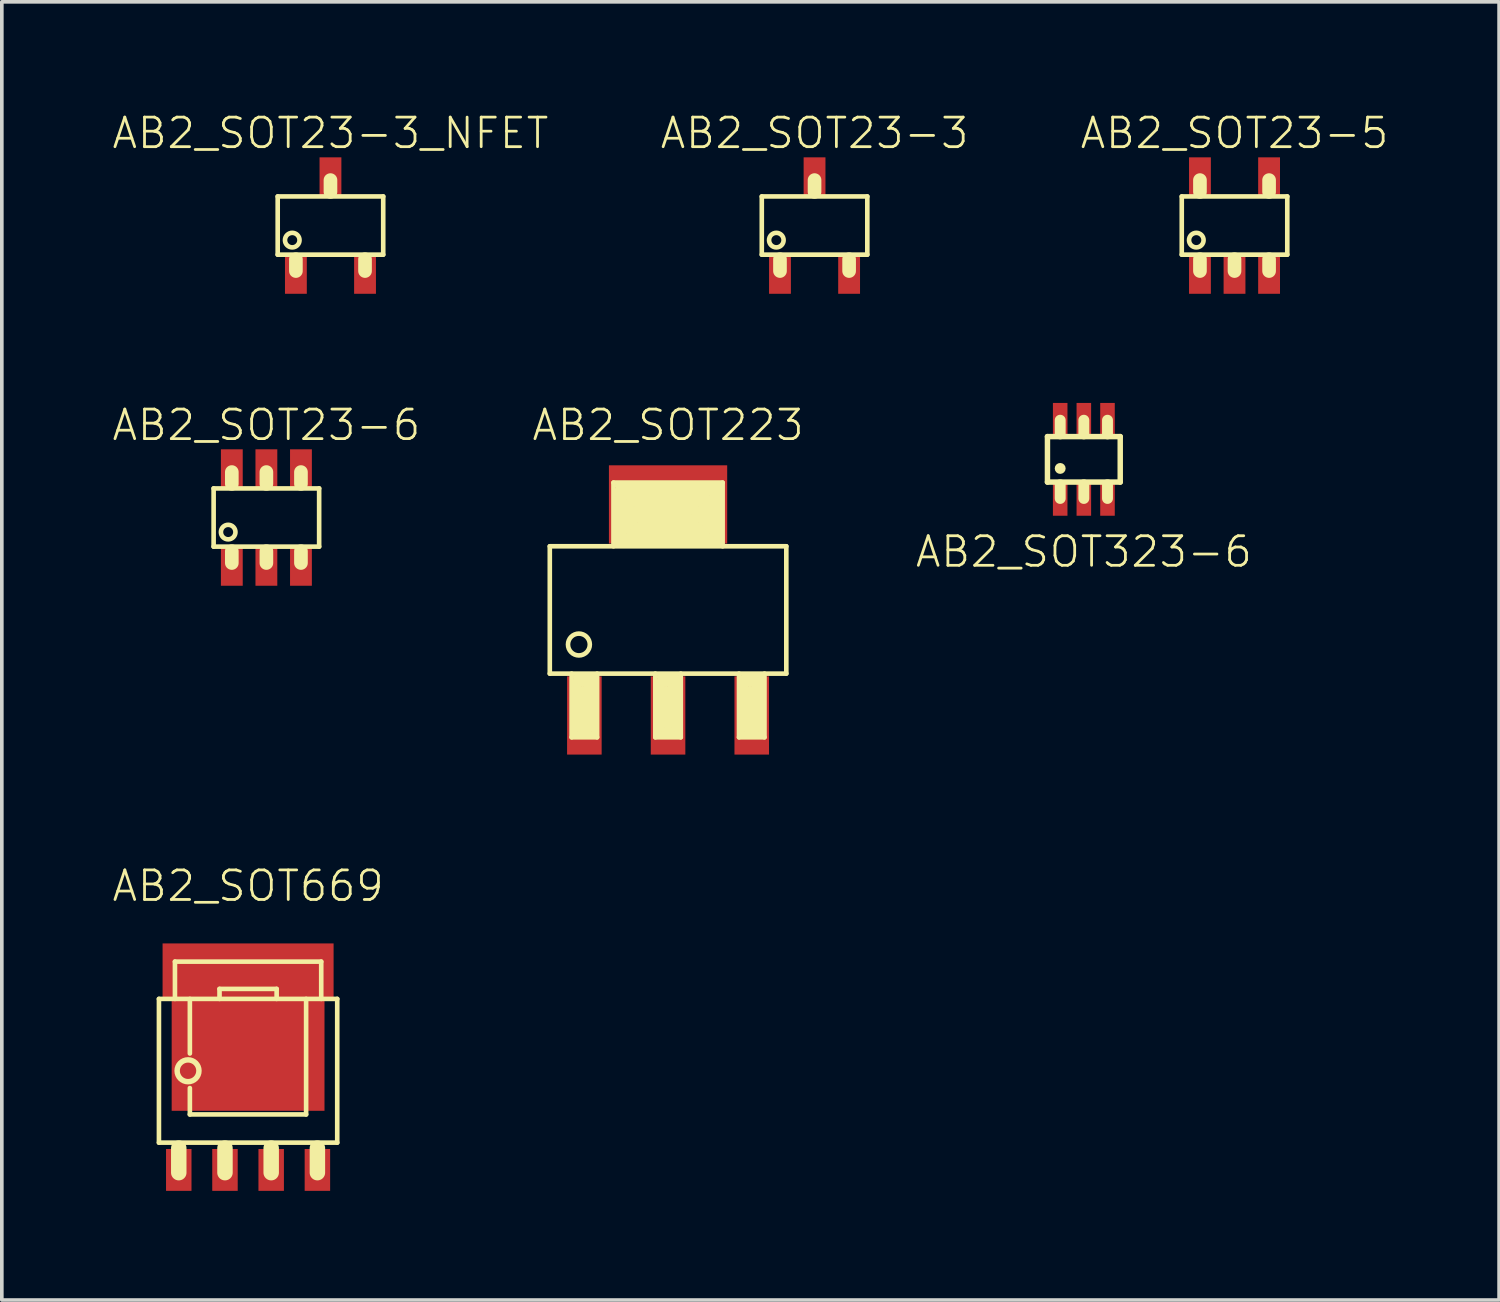
<source format=kicad_pcb>
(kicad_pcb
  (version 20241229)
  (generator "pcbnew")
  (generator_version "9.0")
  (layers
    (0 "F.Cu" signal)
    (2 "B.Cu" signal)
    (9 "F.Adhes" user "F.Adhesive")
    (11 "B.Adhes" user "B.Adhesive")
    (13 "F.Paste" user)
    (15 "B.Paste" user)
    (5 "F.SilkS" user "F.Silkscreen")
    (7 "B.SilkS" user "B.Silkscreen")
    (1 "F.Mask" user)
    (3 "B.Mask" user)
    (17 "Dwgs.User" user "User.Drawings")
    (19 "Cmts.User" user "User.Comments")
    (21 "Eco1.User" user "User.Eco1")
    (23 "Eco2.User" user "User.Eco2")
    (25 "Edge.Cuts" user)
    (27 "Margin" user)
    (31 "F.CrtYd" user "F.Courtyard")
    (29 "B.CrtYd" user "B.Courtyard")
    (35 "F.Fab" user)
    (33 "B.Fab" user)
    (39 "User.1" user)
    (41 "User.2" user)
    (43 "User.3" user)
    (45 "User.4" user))
  (footprint "AB2_SOT323-6"
    (layer "F.Cu")
    (at 26.737 9.574)
    (property "Reference" "AB2_SOT323-6" (at 0 2.54 0) (layer "F.SilkS") (effects (font (size 0.813 0.813) (thickness 0.076))))
    (attr through_hole)
    (fp_line (start -1 -0.625) (end 1 -0.625) (stroke (width 0.15) (type solid)) (layer "F.SilkS"))
    (fp_line (start -1 0.625) (end -1 -0.625) (stroke (width 0.15) (type solid)) (layer "F.SilkS"))
    (fp_line (start -0.65 -0.7) (end -0.65 -1.075) (stroke (width 0.3) (type solid)) (layer "F.SilkS"))
    (fp_line (start -0.65 1.075) (end -0.65 0.7) (stroke (width 0.3) (type solid)) (layer "F.SilkS"))
    (fp_line (start 0 -0.7) (end 0 -1.075) (stroke (width 0.3) (type solid)) (layer "F.SilkS"))
    (fp_line (start 0 1.075) (end 0 0.7) (stroke (width 0.3) (type solid)) (layer "F.SilkS"))
    (fp_line (start 0.65 -0.7) (end 0.65 -1.075) (stroke (width 0.3) (type solid)) (layer "F.SilkS"))
    (fp_line (start 0.65 1.075) (end 0.65 0.7) (stroke (width 0.3) (type solid)) (layer "F.SilkS"))
    (fp_line (start 1 -0.625) (end 1 0.625) (stroke (width 0.15) (type solid)) (layer "F.SilkS"))
    (fp_line (start 1 0.625) (end -1 0.625) (stroke (width 0.15) (type solid)) (layer "F.SilkS"))
    (fp_circle (center -0.65 0.25) (end -0.575 0.25) (stroke (width 0.15) (type solid)) (fill no) (layer "F.SilkS"))
    (pad "1" smd rect (at -0.65 1.1) (size 0.4 0.9) (layers "F.Cu" "F.Mask" "F.Paste"))
    (pad "2" smd rect (at 0 1.1) (size 0.4 0.9) (layers "F.Cu" "F.Mask" "F.Paste"))
    (pad "3" smd rect (at 0.65 1.1) (size 0.4 0.9) (layers "F.Cu" "F.Mask" "F.Paste"))
    (pad "4" smd rect (at 0.65 -1.1) (size 0.4 0.9) (layers "F.Cu" "F.Mask" "F.Paste"))
    (pad "5" smd rect (at 0 -1.1) (size 0.4 0.9) (layers "F.Cu" "F.Mask" "F.Paste"))
    (pad "6" smd rect (at -0.65 -1.1) (size 0.4 0.9) (layers "F.Cu" "F.Mask" "F.Paste")))
  (footprint "AB2_SOT23-6"
    (layer "F.Cu")
    (at 4.271 11.173)
    (property "Reference" "AB2_SOT23-6" (at 0 -2.54 0) (layer "F.SilkS") (effects (font (size 0.813 0.813) (thickness 0.076))))
    (attr through_hole)
    (fp_line (start -1.45 -0.8) (end 1.45 -0.8) (stroke (width 0.127) (type solid)) (layer "F.SilkS"))
    (fp_line (start -1.45 0.8) (end -1.45 -0.8) (stroke (width 0.127) (type solid)) (layer "F.SilkS"))
    (fp_line (start -1.45 0.8) (end 1.45 0.8) (stroke (width 0.127) (type solid)) (layer "F.SilkS"))
    (fp_line (start -0.95 -1.25) (end -0.95 -0.925) (stroke (width 0.375) (type solid)) (layer "F.SilkS"))
    (fp_line (start -0.95 0.925) (end -0.95 1.25) (stroke (width 0.375) (type solid)) (layer "F.SilkS"))
    (fp_line (start 0 -1.25) (end 0 -0.925) (stroke (width 0.375) (type solid)) (layer "F.SilkS"))
    (fp_line (start 0 0.925) (end 0 1.25) (stroke (width 0.375) (type solid)) (layer "F.SilkS"))
    (fp_line (start 0.95 -1.25) (end 0.95 -0.925) (stroke (width 0.375) (type solid)) (layer "F.SilkS"))
    (fp_line (start 0.95 0.925) (end 0.95 1.25) (stroke (width 0.375) (type solid)) (layer "F.SilkS"))
    (fp_line (start 1.45 -0.8) (end 1.45 0.8) (stroke (width 0.127) (type solid)) (layer "F.SilkS"))
    (fp_circle (center -1.05 0.4) (end -0.85 0.4) (stroke (width 0.127) (type solid)) (fill no) (layer "F.SilkS"))
    (pad "1" smd rect (at -0.95 1.35) (size 0.6 1.05) (layers "F.Cu" "F.Mask" "F.Paste"))
    (pad "2" smd rect (at 0 1.35) (size 0.6 1.05) (layers "F.Cu" "F.Mask" "F.Paste"))
    (pad "3" smd rect (at 0.95 1.35) (size 0.6 1.05) (layers "F.Cu" "F.Mask" "F.Paste"))
    (pad "4" smd rect (at 0.95 -1.35) (size 0.6 1.05) (layers "F.Cu" "F.Mask" "F.Paste"))
    (pad "5" smd rect (at 0 -1.35) (size 0.6 1.05) (layers "F.Cu" "F.Mask" "F.Paste"))
    (pad "6" smd rect (at -0.95 -1.35) (size 0.6 1.05) (layers "F.Cu" "F.Mask" "F.Paste")))
  (footprint "AB2_SOT223"
    (layer "F.Cu")
    (at 15.31 13.713)
    (property "Reference" "AB2_SOT223" (at 0 -5.08 0) (layer "F.SilkS") (effects (font (size 0.813 0.813) (thickness 0.076))))
    (attr through_hole)
    (fp_line (start -3.25 -1.75) (end 3.25 -1.75) (stroke (width 0.127) (type solid)) (layer "F.SilkS"))
    (fp_line (start -3.25 1.75) (end -3.25 -1.75) (stroke (width 0.127) (type solid)) (layer "F.SilkS"))
    (fp_line (start -2.65 1.75) (end -2.65 3.5) (stroke (width 0.127) (type solid)) (layer "F.SilkS"))
    (fp_line (start -2.65 3.5) (end -1.95 3.5) (stroke (width 0.127) (type solid)) (layer "F.SilkS"))
    (fp_line (start -2.55 1.85) (end -2.05 1.85) (stroke (width 0.127) (type solid)) (layer "F.SilkS"))
    (fp_line (start -2.55 1.95) (end -2.15 1.95) (stroke (width 0.127) (type solid)) (layer "F.SilkS"))
    (fp_line (start -2.55 3.4) (end -2.55 1.95) (stroke (width 0.127) (type solid)) (layer "F.SilkS"))
    (fp_line (start -2.45 2.05) (end -2.25 2.05) (stroke (width 0.127) (type solid)) (layer "F.SilkS"))
    (fp_line (start -2.45 3.3) (end -2.45 2.05) (stroke (width 0.127) (type solid)) (layer "F.SilkS"))
    (fp_line (start -2.35 3.2) (end -2.35 2.15) (stroke (width 0.127) (type solid)) (layer "F.SilkS"))
    (fp_line (start -2.25 2.05) (end -2.25 3.2) (stroke (width 0.127) (type solid)) (layer "F.SilkS"))
    (fp_line (start -2.25 3.2) (end -2.35 3.2) (stroke (width 0.127) (type solid)) (layer "F.SilkS"))
    (fp_line (start -2.15 1.95) (end -2.15 3.3) (stroke (width 0.127) (type solid)) (layer "F.SilkS"))
    (fp_line (start -2.15 3.3) (end -2.45 3.3) (stroke (width 0.127) (type solid)) (layer "F.SilkS"))
    (fp_line (start -2.05 1.85) (end -2.05 3.4) (stroke (width 0.127) (type solid)) (layer "F.SilkS"))
    (fp_line (start -2.05 3.4) (end -2.55 3.4) (stroke (width 0.127) (type solid)) (layer "F.SilkS"))
    (fp_line (start -1.95 3.5) (end -1.95 1.75) (stroke (width 0.127) (type solid)) (layer "F.SilkS"))
    (fp_line (start -1.5 -3.5) (end -1.5 -1.75) (stroke (width 0.127) (type solid)) (layer "F.SilkS"))
    (fp_line (start -1.4 -3.4) (end 1.4 -3.4) (stroke (width 0.127) (type solid)) (layer "F.SilkS"))
    (fp_line (start -1.4 -3.3) (end 1.3 -3.3) (stroke (width 0.127) (type solid)) (layer "F.SilkS"))
    (fp_line (start -1.4 -1.85) (end -1.4 -3.3) (stroke (width 0.127) (type solid)) (layer "F.SilkS"))
    (fp_line (start -1.3 -3.2) (end 1.2 -3.2) (stroke (width 0.127) (type solid)) (layer "F.SilkS"))
    (fp_line (start -1.3 -1.95) (end -1.3 -3.2) (stroke (width 0.127) (type solid)) (layer "F.SilkS"))
    (fp_line (start -1.2 -3.1) (end 1.1 -3.1) (stroke (width 0.127) (type solid)) (layer "F.SilkS"))
    (fp_line (start -1.2 -2.05) (end -1.2 -3.1) (stroke (width 0.127) (type solid)) (layer "F.SilkS"))
    (fp_line (start -1.1 -3) (end 1 -3) (stroke (width 0.127) (type solid)) (layer "F.SilkS"))
    (fp_line (start -1.1 -2.15) (end -1.1 -3) (stroke (width 0.127) (type solid)) (layer "F.SilkS"))
    (fp_line (start -1 -2.9) (end 0.9 -2.9) (stroke (width 0.127) (type solid)) (layer "F.SilkS"))
    (fp_line (start -1 -2.25) (end -1 -2.9) (stroke (width 0.127) (type solid)) (layer "F.SilkS"))
    (fp_line (start -0.9 -2.8) (end 0.8 -2.8) (stroke (width 0.127) (type solid)) (layer "F.SilkS"))
    (fp_line (start -0.9 -2.35) (end -0.9 -2.8) (stroke (width 0.127) (type solid)) (layer "F.SilkS"))
    (fp_line (start -0.8 -2.7) (end 0.7 -2.7) (stroke (width 0.127) (type solid)) (layer "F.SilkS"))
    (fp_line (start -0.8 -2.45) (end -0.8 -2.7) (stroke (width 0.127) (type solid)) (layer "F.SilkS"))
    (fp_line (start -0.7 -2.6) (end 0.6 -2.6) (stroke (width 0.127) (type solid)) (layer "F.SilkS"))
    (fp_line (start -0.7 -2.55) (end -0.7 -2.6) (stroke (width 0.127) (type solid)) (layer "F.SilkS"))
    (fp_line (start -0.35 1.75) (end -0.35 3.5) (stroke (width 0.127) (type solid)) (layer "F.SilkS"))
    (fp_line (start -0.35 3.5) (end 0.35 3.5) (stroke (width 0.127) (type solid)) (layer "F.SilkS"))
    (fp_line (start -0.25 1.85) (end 0.25 1.85) (stroke (width 0.127) (type solid)) (layer "F.SilkS"))
    (fp_line (start -0.25 1.95) (end 0.15 1.95) (stroke (width 0.127) (type solid)) (layer "F.SilkS"))
    (fp_line (start -0.25 3.4) (end -0.25 1.95) (stroke (width 0.127) (type solid)) (layer "F.SilkS"))
    (fp_line (start -0.15 2.05) (end 0.05 2.05) (stroke (width 0.127) (type solid)) (layer "F.SilkS"))
    (fp_line (start -0.15 3.3) (end -0.15 2.05) (stroke (width 0.127) (type solid)) (layer "F.SilkS"))
    (fp_line (start -0.05 3.2) (end -0.05 2.15) (stroke (width 0.127) (type solid)) (layer "F.SilkS"))
    (fp_line (start 0.05 2.05) (end 0.05 3.2) (stroke (width 0.127) (type solid)) (layer "F.SilkS"))
    (fp_line (start 0.05 3.2) (end -0.05 3.2) (stroke (width 0.127) (type solid)) (layer "F.SilkS"))
    (fp_line (start 0.15 1.95) (end 0.15 3.3) (stroke (width 0.127) (type solid)) (layer "F.SilkS"))
    (fp_line (start 0.15 3.3) (end -0.15 3.3) (stroke (width 0.127) (type solid)) (layer "F.SilkS"))
    (fp_line (start 0.25 1.85) (end 0.25 3.4) (stroke (width 0.127) (type solid)) (layer "F.SilkS"))
    (fp_line (start 0.25 3.4) (end -0.25 3.4) (stroke (width 0.127) (type solid)) (layer "F.SilkS"))
    (fp_line (start 0.35 3.5) (end 0.35 1.75) (stroke (width 0.127) (type solid)) (layer "F.SilkS"))
    (fp_line (start 0.7 -2.7) (end 0.7 -2.55) (stroke (width 0.127) (type solid)) (layer "F.SilkS"))
    (fp_line (start 0.7 -2.55) (end -0.7 -2.55) (stroke (width 0.127) (type solid)) (layer "F.SilkS"))
    (fp_line (start 0.8 -2.8) (end 0.8 -2.45) (stroke (width 0.127) (type solid)) (layer "F.SilkS"))
    (fp_line (start 0.8 -2.45) (end -0.8 -2.45) (stroke (width 0.127) (type solid)) (layer "F.SilkS"))
    (fp_line (start 0.9 -2.9) (end 0.9 -2.35) (stroke (width 0.127) (type solid)) (layer "F.SilkS"))
    (fp_line (start 0.9 -2.35) (end -0.9 -2.35) (stroke (width 0.127) (type solid)) (layer "F.SilkS"))
    (fp_line (start 1 -2.95) (end 1 -2.25) (stroke (width 0.127) (type solid)) (layer "F.SilkS"))
    (fp_line (start 1 -2.25) (end -1 -2.25) (stroke (width 0.127) (type solid)) (layer "F.SilkS"))
    (fp_line (start 1.1 -3.1) (end 1.1 -2.15) (stroke (width 0.127) (type solid)) (layer "F.SilkS"))
    (fp_line (start 1.1 -2.15) (end -1.1 -2.15) (stroke (width 0.127) (type solid)) (layer "F.SilkS"))
    (fp_line (start 1.2 -3.2) (end 1.2 -2.05) (stroke (width 0.127) (type solid)) (layer "F.SilkS"))
    (fp_line (start 1.2 -2.05) (end -1.2 -2.05) (stroke (width 0.127) (type solid)) (layer "F.SilkS"))
    (fp_line (start 1.3 -3.3) (end 1.3 -1.95) (stroke (width 0.127) (type solid)) (layer "F.SilkS"))
    (fp_line (start 1.3 -1.95) (end -1.3 -1.95) (stroke (width 0.127) (type solid)) (layer "F.SilkS"))
    (fp_line (start 1.4 -3.4) (end 1.4 -1.85) (stroke (width 0.127) (type solid)) (layer "F.SilkS"))
    (fp_line (start 1.4 -1.85) (end -1.4 -1.85) (stroke (width 0.127) (type solid)) (layer "F.SilkS"))
    (fp_line (start 1.5 -3.5) (end -1.5 -3.5) (stroke (width 0.127) (type solid)) (layer "F.SilkS"))
    (fp_line (start 1.5 -1.75) (end 1.5 -3.5) (stroke (width 0.127) (type solid)) (layer "F.SilkS"))
    (fp_line (start 1.95 1.75) (end 1.95 3.5) (stroke (width 0.127) (type solid)) (layer "F.SilkS"))
    (fp_line (start 1.95 3.5) (end 2.65 3.5) (stroke (width 0.127) (type solid)) (layer "F.SilkS"))
    (fp_line (start 2.05 1.85) (end 2.55 1.85) (stroke (width 0.127) (type solid)) (layer "F.SilkS"))
    (fp_line (start 2.05 1.95) (end 2.45 1.95) (stroke (width 0.127) (type solid)) (layer "F.SilkS"))
    (fp_line (start 2.05 3.4) (end 2.05 1.95) (stroke (width 0.127) (type solid)) (layer "F.SilkS"))
    (fp_line (start 2.15 2.05) (end 2.35 2.05) (stroke (width 0.127) (type solid)) (layer "F.SilkS"))
    (fp_line (start 2.15 3.3) (end 2.15 2.05) (stroke (width 0.127) (type solid)) (layer "F.SilkS"))
    (fp_line (start 2.25 3.2) (end 2.25 2.15) (stroke (width 0.127) (type solid)) (layer "F.SilkS"))
    (fp_line (start 2.35 2.05) (end 2.35 3.2) (stroke (width 0.127) (type solid)) (layer "F.SilkS"))
    (fp_line (start 2.35 3.2) (end 2.25 3.2) (stroke (width 0.127) (type solid)) (layer "F.SilkS"))
    (fp_line (start 2.45 1.95) (end 2.45 3.3) (stroke (width 0.127) (type solid)) (layer "F.SilkS"))
    (fp_line (start 2.45 3.3) (end 2.15 3.3) (stroke (width 0.127) (type solid)) (layer "F.SilkS"))
    (fp_line (start 2.55 1.85) (end 2.55 3.4) (stroke (width 0.127) (type solid)) (layer "F.SilkS"))
    (fp_line (start 2.55 3.4) (end 2.05 3.4) (stroke (width 0.127) (type solid)) (layer "F.SilkS"))
    (fp_line (start 2.65 3.5) (end 2.65 1.75) (stroke (width 0.127) (type solid)) (layer "F.SilkS"))
    (fp_line (start 3.25 -1.75) (end 3.25 1.75) (stroke (width 0.127) (type solid)) (layer "F.SilkS"))
    (fp_line (start 3.25 1.75) (end -3.25 1.75) (stroke (width 0.127) (type solid)) (layer "F.SilkS"))
    (fp_circle (center -2.45 0.95) (end -2.15 0.95) (stroke (width 0.127) (type solid)) (fill no) (layer "F.SilkS"))
    (pad "1" smd rect (at -2.3 2.9) (size 0.95 2.15) (layers "F.Cu" "F.Mask" "F.Paste"))
    (pad "2" smd rect (at 0 -2.9) (size 3.25 2.15) (layers "F.Cu" "F.Mask" "F.Paste"))
    (pad "2" smd rect (at 0 2.9) (size 0.95 2.15) (layers "F.Cu" "F.Mask" "F.Paste"))
    (pad "3" smd rect (at 2.3 2.9) (size 0.95 2.15) (layers "F.Cu" "F.Mask" "F.Paste")))
  (footprint "AB2_SOT669"
    (layer "F.Cu")
    (at 3.768 26.378)
    (property "Reference" "AB2_SOT669" (at 0 -5.08 0) (layer "F.SilkS") (effects (font (size 0.813 0.813) (thickness 0.076))))
    (attr through_hole)
    (fp_line (start -2.45 -1.975) (end 2.45 -1.975) (stroke (width 0.127) (type solid)) (layer "F.SilkS"))
    (fp_line (start -2.45 1.975) (end -2.45 -1.975) (stroke (width 0.127) (type solid)) (layer "F.SilkS"))
    (fp_line (start -2.01 -3) (end 2.01 -3) (stroke (width 0.127) (type solid)) (layer "F.SilkS"))
    (fp_line (start -2.01 -1.975) (end -2.01 -3) (stroke (width 0.127) (type solid)) (layer "F.SilkS"))
    (fp_line (start -1.905 2.125) (end -1.905 2.8) (stroke (width 0.425) (type solid)) (layer "F.SilkS"))
    (fp_line (start -1.6 -1.975) (end -1.6 -0.475) (stroke (width 0.127) (type solid)) (layer "F.SilkS"))
    (fp_line (start -1.6 1.2) (end -1.6 0.475) (stroke (width 0.127) (type solid)) (layer "F.SilkS"))
    (fp_line (start -1.6 1.2) (end 1.595 1.2) (stroke (width 0.127) (type solid)) (layer "F.SilkS"))
    (fp_line (start -0.785 -2.25) (end 0.785 -2.25) (stroke (width 0.127) (type solid)) (layer "F.SilkS"))
    (fp_line (start -0.785 -1.975) (end -0.785 -2.25) (stroke (width 0.127) (type solid)) (layer "F.SilkS"))
    (fp_line (start -0.635 2.125) (end -0.635 2.8) (stroke (width 0.425) (type solid)) (layer "F.SilkS"))
    (fp_line (start 0.635 2.125) (end 0.635 2.8) (stroke (width 0.425) (type solid)) (layer "F.SilkS"))
    (fp_line (start 0.785 -2.25) (end 0.785 -1.975) (stroke (width 0.127) (type solid)) (layer "F.SilkS"))
    (fp_line (start 1.595 1.2) (end 1.595 -1.975) (stroke (width 0.127) (type solid)) (layer "F.SilkS"))
    (fp_line (start 1.905 2.125) (end 1.905 2.8) (stroke (width 0.425) (type solid)) (layer "F.SilkS"))
    (fp_line (start 2.01 -3) (end 2.01 -1.975) (stroke (width 0.127) (type solid)) (layer "F.SilkS"))
    (fp_line (start 2.45 -1.975) (end 2.45 1.975) (stroke (width 0.127) (type solid)) (layer "F.SilkS"))
    (fp_line (start 2.45 1.975) (end -2.45 1.975) (stroke (width 0.127) (type solid)) (layer "F.SilkS"))
    (fp_circle (center -1.65 0) (end -1.65 -0.3) (stroke (width 0.15) (type solid)) (fill no) (layer "F.SilkS"))
    (pad "D" smd rect (at 0 -2.75) (size 4.7 1.5) (layers "F.Cu" "F.Mask" "F.Paste"))
    (pad "D" smd rect (at 0 -0.45) (size 4.2 3.1) (layers "F.Cu" "F.Mask" "F.Paste"))
    (pad "G" smd rect (at 1.905 2.725) (size 0.7 1.15) (layers "F.Cu" "F.Mask" "F.Paste"))
    (pad "S" smd rect (at -1.905 2.725) (size 0.7 1.15) (layers "F.Cu" "F.Mask" "F.Paste"))
    (pad "S" smd rect (at -0.635 2.725) (size 0.7 1.15) (layers "F.Cu" "F.Mask" "F.Paste"))
    (pad "S" smd rect (at 0.635 2.725) (size 0.7 1.15) (layers "F.Cu" "F.Mask" "F.Paste")))
  (footprint "AB2_SOT23-5"
    (layer "F.Cu")
    (at 30.878 3.149)
    (property "Reference" "AB2_SOT23-5" (at 0 -2.54 0) (layer "F.SilkS") (effects (font (size 0.813 0.813) (thickness 0.076))))
    (attr through_hole)
    (fp_line (start -1.45 -0.8) (end 1.45 -0.8) (stroke (width 0.127) (type solid)) (layer "F.SilkS"))
    (fp_line (start -1.45 0.8) (end -1.45 -0.8) (stroke (width 0.127) (type solid)) (layer "F.SilkS"))
    (fp_line (start -1.45 0.8) (end 1.45 0.8) (stroke (width 0.127) (type solid)) (layer "F.SilkS"))
    (fp_line (start -0.95 -1.25) (end -0.95 -0.925) (stroke (width 0.375) (type solid)) (layer "F.SilkS"))
    (fp_line (start -0.95 0.925) (end -0.95 1.25) (stroke (width 0.375) (type solid)) (layer "F.SilkS"))
    (fp_line (start 0 0.925) (end 0 1.25) (stroke (width 0.375) (type solid)) (layer "F.SilkS"))
    (fp_line (start 0.95 -1.25) (end 0.95 -0.925) (stroke (width 0.375) (type solid)) (layer "F.SilkS"))
    (fp_line (start 0.95 0.925) (end 0.95 1.25) (stroke (width 0.375) (type solid)) (layer "F.SilkS"))
    (fp_line (start 1.45 -0.8) (end 1.45 0.8) (stroke (width 0.127) (type solid)) (layer "F.SilkS"))
    (fp_circle (center -1.05 0.4) (end -0.85 0.4) (stroke (width 0.127) (type solid)) (fill no) (layer "F.SilkS"))
    (pad "1" smd rect (at -0.95 1.35) (size 0.6 1.05) (layers "F.Cu" "F.Mask" "F.Paste"))
    (pad "2" smd rect (at 0 1.35) (size 0.6 1.05) (layers "F.Cu" "F.Mask" "F.Paste"))
    (pad "3" smd rect (at 0.95 1.35) (size 0.6 1.05) (layers "F.Cu" "F.Mask" "F.Paste"))
    (pad "4" smd rect (at 0.95 -1.35) (size 0.6 1.05) (layers "F.Cu" "F.Mask" "F.Paste"))
    (pad "6" smd rect (at -0.95 -1.35) (size 0.6 1.05) (layers "F.Cu" "F.Mask" "F.Paste")))
  (footprint "AB2_SOT23-3_NFET"
    (layer "F.Cu")
    (at 6.032 3.149)
    (property "Reference" "AB2_SOT23-3_NFET" (at 0 -2.54 0) (layer "F.SilkS") (effects (font (size 0.813 0.813) (thickness 0.076))))
    (attr through_hole)
    (fp_line (start -1.45 -0.8) (end 1.45 -0.8) (stroke (width 0.127) (type solid)) (layer "F.SilkS"))
    (fp_line (start -1.45 0.8) (end -1.45 -0.8) (stroke (width 0.127) (type solid)) (layer "F.SilkS"))
    (fp_line (start -1.45 0.8) (end 1.45 0.8) (stroke (width 0.127) (type solid)) (layer "F.SilkS"))
    (fp_line (start -0.95 0.925) (end -0.95 1.25) (stroke (width 0.375) (type solid)) (layer "F.SilkS"))
    (fp_line (start 0 -1.25) (end 0 -0.925) (stroke (width 0.375) (type solid)) (layer "F.SilkS"))
    (fp_line (start 0.95 0.925) (end 0.95 1.25) (stroke (width 0.375) (type solid)) (layer "F.SilkS"))
    (fp_line (start 1.45 -0.8) (end 1.45 0.8) (stroke (width 0.127) (type solid)) (layer "F.SilkS"))
    (fp_circle (center -1.05 0.4) (end -0.85 0.4) (stroke (width 0.127) (type solid)) (fill no) (layer "F.SilkS"))
    (pad "D" smd rect (at 0 -1.35) (size 0.6 1.05) (layers "F.Cu" "F.Mask" "F.Paste"))
    (pad "G" smd rect (at -0.95 1.35) (size 0.6 1.05) (layers "F.Cu" "F.Mask" "F.Paste"))
    (pad "S" smd rect (at 0.95 1.35) (size 0.6 1.05) (layers "F.Cu" "F.Mask" "F.Paste")))
  (footprint "AB2_SOT23-3"
    (layer "F.Cu")
    (at 19.336 3.149)
    (property "Reference" "AB2_SOT23-3" (at 0 -2.54 0) (layer "F.SilkS") (effects (font (size 0.813 0.813) (thickness 0.076))))
    (attr through_hole)
    (fp_line (start -1.45 -0.8) (end 1.45 -0.8) (stroke (width 0.127) (type solid)) (layer "F.SilkS"))
    (fp_line (start -1.45 0.8) (end -1.45 -0.8) (stroke (width 0.127) (type solid)) (layer "F.SilkS"))
    (fp_line (start -1.45 0.8) (end 1.45 0.8) (stroke (width 0.127) (type solid)) (layer "F.SilkS"))
    (fp_line (start -0.95 0.925) (end -0.95 1.25) (stroke (width 0.375) (type solid)) (layer "F.SilkS"))
    (fp_line (start 0 -1.25) (end 0 -0.925) (stroke (width 0.375) (type solid)) (layer "F.SilkS"))
    (fp_line (start 0.95 0.925) (end 0.95 1.25) (stroke (width 0.375) (type solid)) (layer "F.SilkS"))
    (fp_line (start 1.45 -0.8) (end 1.45 0.8) (stroke (width 0.127) (type solid)) (layer "F.SilkS"))
    (fp_circle (center -1.05 0.4) (end -0.85 0.4) (stroke (width 0.127) (type solid)) (fill no) (layer "F.SilkS"))
    (pad "1" smd rect (at -0.95 1.35) (size 0.6 1.05) (layers "F.Cu" "F.Mask" "F.Paste"))
    (pad "3" smd rect (at 0.95 1.35) (size 0.6 1.05) (layers "F.Cu" "F.Mask" "F.Paste"))
    (pad "5" smd rect (at 0 -1.35) (size 0.6 1.05) (layers "F.Cu" "F.Mask" "F.Paste")))
  (gr_rect
    (start -3 -3)
    (end 38.149 32.678)
    (stroke (width 0.1) (type default))
    (fill no)
    (layer "Edge.Cuts")))
</source>
